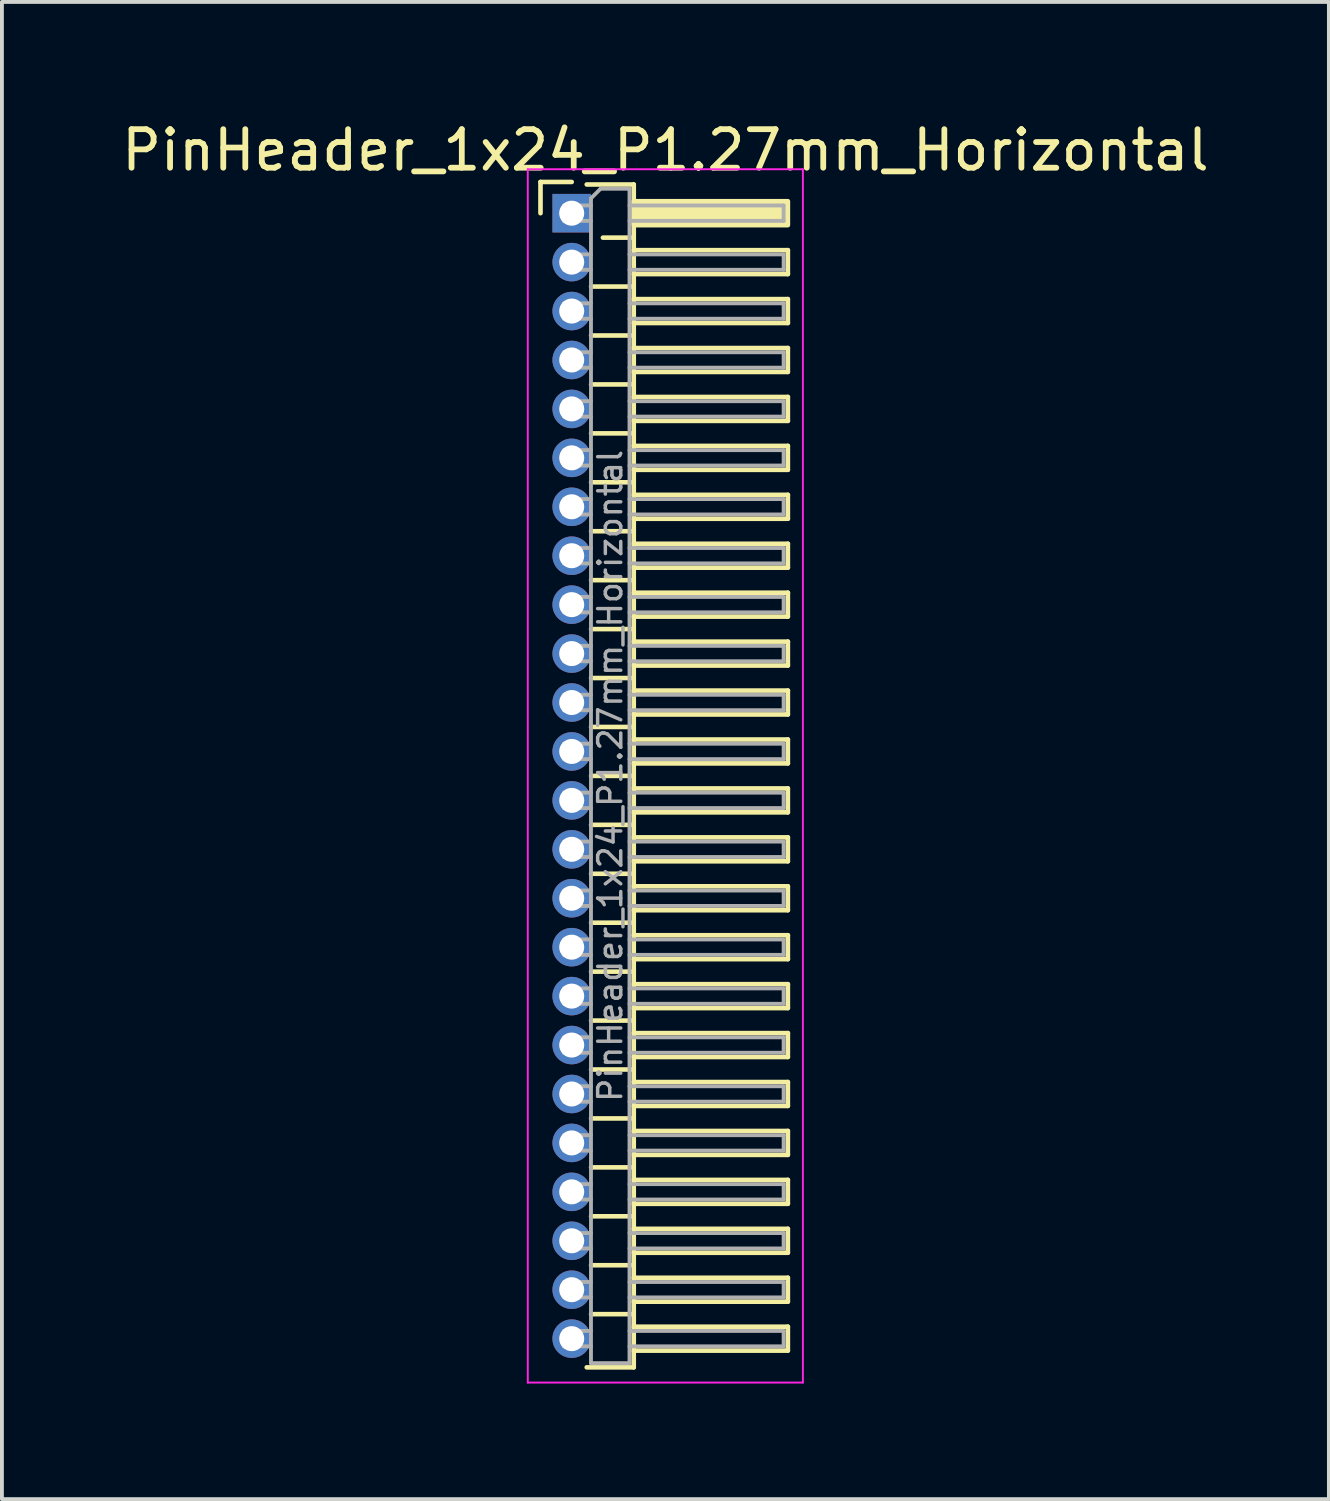
<source format=kicad_pcb>
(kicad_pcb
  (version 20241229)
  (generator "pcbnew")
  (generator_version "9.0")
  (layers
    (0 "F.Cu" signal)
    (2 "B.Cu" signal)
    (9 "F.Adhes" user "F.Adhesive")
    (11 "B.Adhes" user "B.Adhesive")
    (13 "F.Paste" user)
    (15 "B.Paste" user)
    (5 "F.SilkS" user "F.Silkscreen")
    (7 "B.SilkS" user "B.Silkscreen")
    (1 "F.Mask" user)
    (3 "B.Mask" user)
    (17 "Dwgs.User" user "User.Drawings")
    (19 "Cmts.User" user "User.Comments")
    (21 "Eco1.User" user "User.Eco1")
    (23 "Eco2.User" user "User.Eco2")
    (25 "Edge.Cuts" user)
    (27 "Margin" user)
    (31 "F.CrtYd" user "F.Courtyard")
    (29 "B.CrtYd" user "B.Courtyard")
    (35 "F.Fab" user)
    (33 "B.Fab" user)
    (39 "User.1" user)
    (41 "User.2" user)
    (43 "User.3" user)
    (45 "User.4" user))
  (footprint "PinHeader_1x24_P1.27mm_Horizontal"
    (layer "F.Cu")
    (at 11.788 2.483)
    (property "Reference" "PinHeader_1x24_P1.27mm_Horizontal" (at 2.433 -1.635 0) (layer "F.SilkS") (effects (font (size 1 1) (thickness 0.15))))
    (attr through_hole)
    (fp_line (start -0.81 -0.81) (end 0 -0.81) (stroke (width 0.12) (type solid)) (layer "F.SilkS"))
    (fp_line (start -0.81 0) (end -0.81 -0.81) (stroke (width 0.12) (type solid)) (layer "F.SilkS"))
    (fp_line (start 0.39 -0.745) (end 1.61 -0.745) (stroke (width 0.12) (type solid)) (layer "F.SilkS"))
    (fp_line (start 0.503 1.905) (end 1.61 1.905) (stroke (width 0.12) (type solid)) (layer "F.SilkS"))
    (fp_line (start 0.503 3.175) (end 1.61 3.175) (stroke (width 0.12) (type solid)) (layer "F.SilkS"))
    (fp_line (start 0.503 4.445) (end 1.61 4.445) (stroke (width 0.12) (type solid)) (layer "F.SilkS"))
    (fp_line (start 0.503 5.715) (end 1.61 5.715) (stroke (width 0.12) (type solid)) (layer "F.SilkS"))
    (fp_line (start 0.503 6.985) (end 1.61 6.985) (stroke (width 0.12) (type solid)) (layer "F.SilkS"))
    (fp_line (start 0.503 8.255) (end 1.61 8.255) (stroke (width 0.12) (type solid)) (layer "F.SilkS"))
    (fp_line (start 0.503 9.525) (end 1.61 9.525) (stroke (width 0.12) (type solid)) (layer "F.SilkS"))
    (fp_line (start 0.503 10.795) (end 1.61 10.795) (stroke (width 0.12) (type solid)) (layer "F.SilkS"))
    (fp_line (start 0.503 12.065) (end 1.61 12.065) (stroke (width 0.12) (type solid)) (layer "F.SilkS"))
    (fp_line (start 0.503 13.335) (end 1.61 13.335) (stroke (width 0.12) (type solid)) (layer "F.SilkS"))
    (fp_line (start 0.503 14.605) (end 1.61 14.605) (stroke (width 0.12) (type solid)) (layer "F.SilkS"))
    (fp_line (start 0.503 15.875) (end 1.61 15.875) (stroke (width 0.12) (type solid)) (layer "F.SilkS"))
    (fp_line (start 0.503 17.145) (end 1.61 17.145) (stroke (width 0.12) (type solid)) (layer "F.SilkS"))
    (fp_line (start 0.503 18.415) (end 1.61 18.415) (stroke (width 0.12) (type solid)) (layer "F.SilkS"))
    (fp_line (start 0.503 19.685) (end 1.61 19.685) (stroke (width 0.12) (type solid)) (layer "F.SilkS"))
    (fp_line (start 0.503 20.955) (end 1.61 20.955) (stroke (width 0.12) (type solid)) (layer "F.SilkS"))
    (fp_line (start 0.503 22.225) (end 1.61 22.225) (stroke (width 0.12) (type solid)) (layer "F.SilkS"))
    (fp_line (start 0.503 23.495) (end 1.61 23.495) (stroke (width 0.12) (type solid)) (layer "F.SilkS"))
    (fp_line (start 0.503 24.765) (end 1.61 24.765) (stroke (width 0.12) (type solid)) (layer "F.SilkS"))
    (fp_line (start 0.503 26.035) (end 1.61 26.035) (stroke (width 0.12) (type solid)) (layer "F.SilkS"))
    (fp_line (start 0.503 27.305) (end 1.61 27.305) (stroke (width 0.12) (type solid)) (layer "F.SilkS"))
    (fp_line (start 0.503 28.575) (end 1.61 28.575) (stroke (width 0.12) (type solid)) (layer "F.SilkS"))
    (fp_line (start 0.81 0.635) (end 1.61 0.635) (stroke (width 0.12) (type solid)) (layer "F.SilkS"))
    (fp_line (start 1.61 -0.745) (end 1.61 29.955) (stroke (width 0.12) (type solid)) (layer "F.SilkS"))
    (fp_line (start 1.61 0.96) (end 5.61 0.96) (stroke (width 0.12) (type solid)) (layer "F.SilkS"))
    (fp_line (start 1.61 2.23) (end 5.61 2.23) (stroke (width 0.12) (type solid)) (layer "F.SilkS"))
    (fp_line (start 1.61 3.5) (end 5.61 3.5) (stroke (width 0.12) (type solid)) (layer "F.SilkS"))
    (fp_line (start 1.61 4.77) (end 5.61 4.77) (stroke (width 0.12) (type solid)) (layer "F.SilkS"))
    (fp_line (start 1.61 6.04) (end 5.61 6.04) (stroke (width 0.12) (type solid)) (layer "F.SilkS"))
    (fp_line (start 1.61 7.31) (end 5.61 7.31) (stroke (width 0.12) (type solid)) (layer "F.SilkS"))
    (fp_line (start 1.61 8.58) (end 5.61 8.58) (stroke (width 0.12) (type solid)) (layer "F.SilkS"))
    (fp_line (start 1.61 9.85) (end 5.61 9.85) (stroke (width 0.12) (type solid)) (layer "F.SilkS"))
    (fp_line (start 1.61 11.12) (end 5.61 11.12) (stroke (width 0.12) (type solid)) (layer "F.SilkS"))
    (fp_line (start 1.61 12.39) (end 5.61 12.39) (stroke (width 0.12) (type solid)) (layer "F.SilkS"))
    (fp_line (start 1.61 13.66) (end 5.61 13.66) (stroke (width 0.12) (type solid)) (layer "F.SilkS"))
    (fp_line (start 1.61 14.93) (end 5.61 14.93) (stroke (width 0.12) (type solid)) (layer "F.SilkS"))
    (fp_line (start 1.61 16.2) (end 5.61 16.2) (stroke (width 0.12) (type solid)) (layer "F.SilkS"))
    (fp_line (start 1.61 17.47) (end 5.61 17.47) (stroke (width 0.12) (type solid)) (layer "F.SilkS"))
    (fp_line (start 1.61 18.74) (end 5.61 18.74) (stroke (width 0.12) (type solid)) (layer "F.SilkS"))
    (fp_line (start 1.61 20.01) (end 5.61 20.01) (stroke (width 0.12) (type solid)) (layer "F.SilkS"))
    (fp_line (start 1.61 21.28) (end 5.61 21.28) (stroke (width 0.12) (type solid)) (layer "F.SilkS"))
    (fp_line (start 1.61 22.55) (end 5.61 22.55) (stroke (width 0.12) (type solid)) (layer "F.SilkS"))
    (fp_line (start 1.61 23.82) (end 5.61 23.82) (stroke (width 0.12) (type solid)) (layer "F.SilkS"))
    (fp_line (start 1.61 25.09) (end 5.61 25.09) (stroke (width 0.12) (type solid)) (layer "F.SilkS"))
    (fp_line (start 1.61 26.36) (end 5.61 26.36) (stroke (width 0.12) (type solid)) (layer "F.SilkS"))
    (fp_line (start 1.61 27.63) (end 5.61 27.63) (stroke (width 0.12) (type solid)) (layer "F.SilkS"))
    (fp_line (start 1.61 28.9) (end 5.61 28.9) (stroke (width 0.12) (type solid)) (layer "F.SilkS"))
    (fp_line (start 1.61 29.955) (end 0.39 29.955) (stroke (width 0.12) (type solid)) (layer "F.SilkS"))
    (fp_line (start 5.61 0.96) (end 5.61 1.58) (stroke (width 0.12) (type solid)) (layer "F.SilkS"))
    (fp_line (start 5.61 1.58) (end 1.61 1.58) (stroke (width 0.12) (type solid)) (layer "F.SilkS"))
    (fp_line (start 5.61 2.23) (end 5.61 2.85) (stroke (width 0.12) (type solid)) (layer "F.SilkS"))
    (fp_line (start 5.61 2.85) (end 1.61 2.85) (stroke (width 0.12) (type solid)) (layer "F.SilkS"))
    (fp_line (start 5.61 3.5) (end 5.61 4.12) (stroke (width 0.12) (type solid)) (layer "F.SilkS"))
    (fp_line (start 5.61 4.12) (end 1.61 4.12) (stroke (width 0.12) (type solid)) (layer "F.SilkS"))
    (fp_line (start 5.61 4.77) (end 5.61 5.39) (stroke (width 0.12) (type solid)) (layer "F.SilkS"))
    (fp_line (start 5.61 5.39) (end 1.61 5.39) (stroke (width 0.12) (type solid)) (layer "F.SilkS"))
    (fp_line (start 5.61 6.04) (end 5.61 6.66) (stroke (width 0.12) (type solid)) (layer "F.SilkS"))
    (fp_line (start 5.61 6.66) (end 1.61 6.66) (stroke (width 0.12) (type solid)) (layer "F.SilkS"))
    (fp_line (start 5.61 7.31) (end 5.61 7.93) (stroke (width 0.12) (type solid)) (layer "F.SilkS"))
    (fp_line (start 5.61 7.93) (end 1.61 7.93) (stroke (width 0.12) (type solid)) (layer "F.SilkS"))
    (fp_line (start 5.61 8.58) (end 5.61 9.2) (stroke (width 0.12) (type solid)) (layer "F.SilkS"))
    (fp_line (start 5.61 9.2) (end 1.61 9.2) (stroke (width 0.12) (type solid)) (layer "F.SilkS"))
    (fp_line (start 5.61 9.85) (end 5.61 10.47) (stroke (width 0.12) (type solid)) (layer "F.SilkS"))
    (fp_line (start 5.61 10.47) (end 1.61 10.47) (stroke (width 0.12) (type solid)) (layer "F.SilkS"))
    (fp_line (start 5.61 11.12) (end 5.61 11.74) (stroke (width 0.12) (type solid)) (layer "F.SilkS"))
    (fp_line (start 5.61 11.74) (end 1.61 11.74) (stroke (width 0.12) (type solid)) (layer "F.SilkS"))
    (fp_line (start 5.61 12.39) (end 5.61 13.01) (stroke (width 0.12) (type solid)) (layer "F.SilkS"))
    (fp_line (start 5.61 13.01) (end 1.61 13.01) (stroke (width 0.12) (type solid)) (layer "F.SilkS"))
    (fp_line (start 5.61 13.66) (end 5.61 14.28) (stroke (width 0.12) (type solid)) (layer "F.SilkS"))
    (fp_line (start 5.61 14.28) (end 1.61 14.28) (stroke (width 0.12) (type solid)) (layer "F.SilkS"))
    (fp_line (start 5.61 14.93) (end 5.61 15.55) (stroke (width 0.12) (type solid)) (layer "F.SilkS"))
    (fp_line (start 5.61 15.55) (end 1.61 15.55) (stroke (width 0.12) (type solid)) (layer "F.SilkS"))
    (fp_line (start 5.61 16.2) (end 5.61 16.82) (stroke (width 0.12) (type solid)) (layer "F.SilkS"))
    (fp_line (start 5.61 16.82) (end 1.61 16.82) (stroke (width 0.12) (type solid)) (layer "F.SilkS"))
    (fp_line (start 5.61 17.47) (end 5.61 18.09) (stroke (width 0.12) (type solid)) (layer "F.SilkS"))
    (fp_line (start 5.61 18.09) (end 1.61 18.09) (stroke (width 0.12) (type solid)) (layer "F.SilkS"))
    (fp_line (start 5.61 18.74) (end 5.61 19.36) (stroke (width 0.12) (type solid)) (layer "F.SilkS"))
    (fp_line (start 5.61 19.36) (end 1.61 19.36) (stroke (width 0.12) (type solid)) (layer "F.SilkS"))
    (fp_line (start 5.61 20.01) (end 5.61 20.63) (stroke (width 0.12) (type solid)) (layer "F.SilkS"))
    (fp_line (start 5.61 20.63) (end 1.61 20.63) (stroke (width 0.12) (type solid)) (layer "F.SilkS"))
    (fp_line (start 5.61 21.28) (end 5.61 21.9) (stroke (width 0.12) (type solid)) (layer "F.SilkS"))
    (fp_line (start 5.61 21.9) (end 1.61 21.9) (stroke (width 0.12) (type solid)) (layer "F.SilkS"))
    (fp_line (start 5.61 22.55) (end 5.61 23.17) (stroke (width 0.12) (type solid)) (layer "F.SilkS"))
    (fp_line (start 5.61 23.17) (end 1.61 23.17) (stroke (width 0.12) (type solid)) (layer "F.SilkS"))
    (fp_line (start 5.61 23.82) (end 5.61 24.44) (stroke (width 0.12) (type solid)) (layer "F.SilkS"))
    (fp_line (start 5.61 24.44) (end 1.61 24.44) (stroke (width 0.12) (type solid)) (layer "F.SilkS"))
    (fp_line (start 5.61 25.09) (end 5.61 25.71) (stroke (width 0.12) (type solid)) (layer "F.SilkS"))
    (fp_line (start 5.61 25.71) (end 1.61 25.71) (stroke (width 0.12) (type solid)) (layer "F.SilkS"))
    (fp_line (start 5.61 26.36) (end 5.61 26.98) (stroke (width 0.12) (type solid)) (layer "F.SilkS"))
    (fp_line (start 5.61 26.98) (end 1.61 26.98) (stroke (width 0.12) (type solid)) (layer "F.SilkS"))
    (fp_line (start 5.61 27.63) (end 5.61 28.25) (stroke (width 0.12) (type solid)) (layer "F.SilkS"))
    (fp_line (start 5.61 28.25) (end 1.61 28.25) (stroke (width 0.12) (type solid)) (layer "F.SilkS"))
    (fp_line (start 5.61 28.9) (end 5.61 29.52) (stroke (width 0.12) (type solid)) (layer "F.SilkS"))
    (fp_line (start 5.61 29.52) (end 1.61 29.52) (stroke (width 0.12) (type solid)) (layer "F.SilkS"))
    (fp_rect (start 1.61 -0.31) (end 5.61 0.31) (stroke (width 0.12) (type solid)) (fill yes) (layer "F.SilkS"))
    (fp_line (start -1.14 -1.14) (end -1.14 30.35) (stroke (width 0.05) (type solid)) (layer "F.CrtYd"))
    (fp_line (start -1.14 30.35) (end 6 30.35) (stroke (width 0.05) (type solid)) (layer "F.CrtYd"))
    (fp_line (start 6 -1.14) (end -1.14 -1.14) (stroke (width 0.05) (type solid)) (layer "F.CrtYd"))
    (fp_line (start 6 30.35) (end 6 -1.14) (stroke (width 0.05) (type solid)) (layer "F.CrtYd"))
    (fp_line (start -0.2 -0.2) (end -0.2 0.2) (stroke (width 0.1) (type solid)) (layer "F.Fab"))
    (fp_line (start -0.2 -0.2) (end 0.5 -0.2) (stroke (width 0.1) (type solid)) (layer "F.Fab"))
    (fp_line (start -0.2 0.2) (end 0.5 0.2) (stroke (width 0.1) (type solid)) (layer "F.Fab"))
    (fp_line (start -0.2 1.07) (end -0.2 1.47) (stroke (width 0.1) (type solid)) (layer "F.Fab"))
    (fp_line (start -0.2 1.07) (end 0.5 1.07) (stroke (width 0.1) (type solid)) (layer "F.Fab"))
    (fp_line (start -0.2 1.47) (end 0.5 1.47) (stroke (width 0.1) (type solid)) (layer "F.Fab"))
    (fp_line (start -0.2 2.34) (end -0.2 2.74) (stroke (width 0.1) (type solid)) (layer "F.Fab"))
    (fp_line (start -0.2 2.34) (end 0.5 2.34) (stroke (width 0.1) (type solid)) (layer "F.Fab"))
    (fp_line (start -0.2 2.74) (end 0.5 2.74) (stroke (width 0.1) (type solid)) (layer "F.Fab"))
    (fp_line (start -0.2 3.61) (end -0.2 4.01) (stroke (width 0.1) (type solid)) (layer "F.Fab"))
    (fp_line (start -0.2 3.61) (end 0.5 3.61) (stroke (width 0.1) (type solid)) (layer "F.Fab"))
    (fp_line (start -0.2 4.01) (end 0.5 4.01) (stroke (width 0.1) (type solid)) (layer "F.Fab"))
    (fp_line (start -0.2 4.88) (end -0.2 5.28) (stroke (width 0.1) (type solid)) (layer "F.Fab"))
    (fp_line (start -0.2 4.88) (end 0.5 4.88) (stroke (width 0.1) (type solid)) (layer "F.Fab"))
    (fp_line (start -0.2 5.28) (end 0.5 5.28) (stroke (width 0.1) (type solid)) (layer "F.Fab"))
    (fp_line (start -0.2 6.15) (end -0.2 6.55) (stroke (width 0.1) (type solid)) (layer "F.Fab"))
    (fp_line (start -0.2 6.15) (end 0.5 6.15) (stroke (width 0.1) (type solid)) (layer "F.Fab"))
    (fp_line (start -0.2 6.55) (end 0.5 6.55) (stroke (width 0.1) (type solid)) (layer "F.Fab"))
    (fp_line (start -0.2 7.42) (end -0.2 7.82) (stroke (width 0.1) (type solid)) (layer "F.Fab"))
    (fp_line (start -0.2 7.42) (end 0.5 7.42) (stroke (width 0.1) (type solid)) (layer "F.Fab"))
    (fp_line (start -0.2 7.82) (end 0.5 7.82) (stroke (width 0.1) (type solid)) (layer "F.Fab"))
    (fp_line (start -0.2 8.69) (end -0.2 9.09) (stroke (width 0.1) (type solid)) (layer "F.Fab"))
    (fp_line (start -0.2 8.69) (end 0.5 8.69) (stroke (width 0.1) (type solid)) (layer "F.Fab"))
    (fp_line (start -0.2 9.09) (end 0.5 9.09) (stroke (width 0.1) (type solid)) (layer "F.Fab"))
    (fp_line (start -0.2 9.96) (end -0.2 10.36) (stroke (width 0.1) (type solid)) (layer "F.Fab"))
    (fp_line (start -0.2 9.96) (end 0.5 9.96) (stroke (width 0.1) (type solid)) (layer "F.Fab"))
    (fp_line (start -0.2 10.36) (end 0.5 10.36) (stroke (width 0.1) (type solid)) (layer "F.Fab"))
    (fp_line (start -0.2 11.23) (end -0.2 11.63) (stroke (width 0.1) (type solid)) (layer "F.Fab"))
    (fp_line (start -0.2 11.23) (end 0.5 11.23) (stroke (width 0.1) (type solid)) (layer "F.Fab"))
    (fp_line (start -0.2 11.63) (end 0.5 11.63) (stroke (width 0.1) (type solid)) (layer "F.Fab"))
    (fp_line (start -0.2 12.5) (end -0.2 12.9) (stroke (width 0.1) (type solid)) (layer "F.Fab"))
    (fp_line (start -0.2 12.5) (end 0.5 12.5) (stroke (width 0.1) (type solid)) (layer "F.Fab"))
    (fp_line (start -0.2 12.9) (end 0.5 12.9) (stroke (width 0.1) (type solid)) (layer "F.Fab"))
    (fp_line (start -0.2 13.77) (end -0.2 14.17) (stroke (width 0.1) (type solid)) (layer "F.Fab"))
    (fp_line (start -0.2 13.77) (end 0.5 13.77) (stroke (width 0.1) (type solid)) (layer "F.Fab"))
    (fp_line (start -0.2 14.17) (end 0.5 14.17) (stroke (width 0.1) (type solid)) (layer "F.Fab"))
    (fp_line (start -0.2 15.04) (end -0.2 15.44) (stroke (width 0.1) (type solid)) (layer "F.Fab"))
    (fp_line (start -0.2 15.04) (end 0.5 15.04) (stroke (width 0.1) (type solid)) (layer "F.Fab"))
    (fp_line (start -0.2 15.44) (end 0.5 15.44) (stroke (width 0.1) (type solid)) (layer "F.Fab"))
    (fp_line (start -0.2 16.31) (end -0.2 16.71) (stroke (width 0.1) (type solid)) (layer "F.Fab"))
    (fp_line (start -0.2 16.31) (end 0.5 16.31) (stroke (width 0.1) (type solid)) (layer "F.Fab"))
    (fp_line (start -0.2 16.71) (end 0.5 16.71) (stroke (width 0.1) (type solid)) (layer "F.Fab"))
    (fp_line (start -0.2 17.58) (end -0.2 17.98) (stroke (width 0.1) (type solid)) (layer "F.Fab"))
    (fp_line (start -0.2 17.58) (end 0.5 17.58) (stroke (width 0.1) (type solid)) (layer "F.Fab"))
    (fp_line (start -0.2 17.98) (end 0.5 17.98) (stroke (width 0.1) (type solid)) (layer "F.Fab"))
    (fp_line (start -0.2 18.85) (end -0.2 19.25) (stroke (width 0.1) (type solid)) (layer "F.Fab"))
    (fp_line (start -0.2 18.85) (end 0.5 18.85) (stroke (width 0.1) (type solid)) (layer "F.Fab"))
    (fp_line (start -0.2 19.25) (end 0.5 19.25) (stroke (width 0.1) (type solid)) (layer "F.Fab"))
    (fp_line (start -0.2 20.12) (end -0.2 20.52) (stroke (width 0.1) (type solid)) (layer "F.Fab"))
    (fp_line (start -0.2 20.12) (end 0.5 20.12) (stroke (width 0.1) (type solid)) (layer "F.Fab"))
    (fp_line (start -0.2 20.52) (end 0.5 20.52) (stroke (width 0.1) (type solid)) (layer "F.Fab"))
    (fp_line (start -0.2 21.39) (end -0.2 21.79) (stroke (width 0.1) (type solid)) (layer "F.Fab"))
    (fp_line (start -0.2 21.39) (end 0.5 21.39) (stroke (width 0.1) (type solid)) (layer "F.Fab"))
    (fp_line (start -0.2 21.79) (end 0.5 21.79) (stroke (width 0.1) (type solid)) (layer "F.Fab"))
    (fp_line (start -0.2 22.66) (end -0.2 23.06) (stroke (width 0.1) (type solid)) (layer "F.Fab"))
    (fp_line (start -0.2 22.66) (end 0.5 22.66) (stroke (width 0.1) (type solid)) (layer "F.Fab"))
    (fp_line (start -0.2 23.06) (end 0.5 23.06) (stroke (width 0.1) (type solid)) (layer "F.Fab"))
    (fp_line (start -0.2 23.93) (end -0.2 24.33) (stroke (width 0.1) (type solid)) (layer "F.Fab"))
    (fp_line (start -0.2 23.93) (end 0.5 23.93) (stroke (width 0.1) (type solid)) (layer "F.Fab"))
    (fp_line (start -0.2 24.33) (end 0.5 24.33) (stroke (width 0.1) (type solid)) (layer "F.Fab"))
    (fp_line (start -0.2 25.2) (end -0.2 25.6) (stroke (width 0.1) (type solid)) (layer "F.Fab"))
    (fp_line (start -0.2 25.2) (end 0.5 25.2) (stroke (width 0.1) (type solid)) (layer "F.Fab"))
    (fp_line (start -0.2 25.6) (end 0.5 25.6) (stroke (width 0.1) (type solid)) (layer "F.Fab"))
    (fp_line (start -0.2 26.47) (end -0.2 26.87) (stroke (width 0.1) (type solid)) (layer "F.Fab"))
    (fp_line (start -0.2 26.47) (end 0.5 26.47) (stroke (width 0.1) (type solid)) (layer "F.Fab"))
    (fp_line (start -0.2 26.87) (end 0.5 26.87) (stroke (width 0.1) (type solid)) (layer "F.Fab"))
    (fp_line (start -0.2 27.74) (end -0.2 28.14) (stroke (width 0.1) (type solid)) (layer "F.Fab"))
    (fp_line (start -0.2 27.74) (end 0.5 27.74) (stroke (width 0.1) (type solid)) (layer "F.Fab"))
    (fp_line (start -0.2 28.14) (end 0.5 28.14) (stroke (width 0.1) (type solid)) (layer "F.Fab"))
    (fp_line (start -0.2 29.01) (end -0.2 29.41) (stroke (width 0.1) (type solid)) (layer "F.Fab"))
    (fp_line (start -0.2 29.01) (end 0.5 29.01) (stroke (width 0.1) (type solid)) (layer "F.Fab"))
    (fp_line (start -0.2 29.41) (end 0.5 29.41) (stroke (width 0.1) (type solid)) (layer "F.Fab"))
    (fp_line (start 0.5 -0.385) (end 0.75 -0.635) (stroke (width 0.1) (type solid)) (layer "F.Fab"))
    (fp_line (start 0.5 29.845) (end 0.5 -0.385) (stroke (width 0.1) (type solid)) (layer "F.Fab"))
    (fp_line (start 0.75 -0.635) (end 1.5 -0.635) (stroke (width 0.1) (type solid)) (layer "F.Fab"))
    (fp_line (start 1.5 -0.635) (end 1.5 29.845) (stroke (width 0.1) (type solid)) (layer "F.Fab"))
    (fp_line (start 1.5 -0.2) (end 5.5 -0.2) (stroke (width 0.1) (type solid)) (layer "F.Fab"))
    (fp_line (start 1.5 0.2) (end 5.5 0.2) (stroke (width 0.1) (type solid)) (layer "F.Fab"))
    (fp_line (start 1.5 1.07) (end 5.5 1.07) (stroke (width 0.1) (type solid)) (layer "F.Fab"))
    (fp_line (start 1.5 1.47) (end 5.5 1.47) (stroke (width 0.1) (type solid)) (layer "F.Fab"))
    (fp_line (start 1.5 2.34) (end 5.5 2.34) (stroke (width 0.1) (type solid)) (layer "F.Fab"))
    (fp_line (start 1.5 2.74) (end 5.5 2.74) (stroke (width 0.1) (type solid)) (layer "F.Fab"))
    (fp_line (start 1.5 3.61) (end 5.5 3.61) (stroke (width 0.1) (type solid)) (layer "F.Fab"))
    (fp_line (start 1.5 4.01) (end 5.5 4.01) (stroke (width 0.1) (type solid)) (layer "F.Fab"))
    (fp_line (start 1.5 4.88) (end 5.5 4.88) (stroke (width 0.1) (type solid)) (layer "F.Fab"))
    (fp_line (start 1.5 5.28) (end 5.5 5.28) (stroke (width 0.1) (type solid)) (layer "F.Fab"))
    (fp_line (start 1.5 6.15) (end 5.5 6.15) (stroke (width 0.1) (type solid)) (layer "F.Fab"))
    (fp_line (start 1.5 6.55) (end 5.5 6.55) (stroke (width 0.1) (type solid)) (layer "F.Fab"))
    (fp_line (start 1.5 7.42) (end 5.5 7.42) (stroke (width 0.1) (type solid)) (layer "F.Fab"))
    (fp_line (start 1.5 7.82) (end 5.5 7.82) (stroke (width 0.1) (type solid)) (layer "F.Fab"))
    (fp_line (start 1.5 8.69) (end 5.5 8.69) (stroke (width 0.1) (type solid)) (layer "F.Fab"))
    (fp_line (start 1.5 9.09) (end 5.5 9.09) (stroke (width 0.1) (type solid)) (layer "F.Fab"))
    (fp_line (start 1.5 9.96) (end 5.5 9.96) (stroke (width 0.1) (type solid)) (layer "F.Fab"))
    (fp_line (start 1.5 10.36) (end 5.5 10.36) (stroke (width 0.1) (type solid)) (layer "F.Fab"))
    (fp_line (start 1.5 11.23) (end 5.5 11.23) (stroke (width 0.1) (type solid)) (layer "F.Fab"))
    (fp_line (start 1.5 11.63) (end 5.5 11.63) (stroke (width 0.1) (type solid)) (layer "F.Fab"))
    (fp_line (start 1.5 12.5) (end 5.5 12.5) (stroke (width 0.1) (type solid)) (layer "F.Fab"))
    (fp_line (start 1.5 12.9) (end 5.5 12.9) (stroke (width 0.1) (type solid)) (layer "F.Fab"))
    (fp_line (start 1.5 13.77) (end 5.5 13.77) (stroke (width 0.1) (type solid)) (layer "F.Fab"))
    (fp_line (start 1.5 14.17) (end 5.5 14.17) (stroke (width 0.1) (type solid)) (layer "F.Fab"))
    (fp_line (start 1.5 15.04) (end 5.5 15.04) (stroke (width 0.1) (type solid)) (layer "F.Fab"))
    (fp_line (start 1.5 15.44) (end 5.5 15.44) (stroke (width 0.1) (type solid)) (layer "F.Fab"))
    (fp_line (start 1.5 16.31) (end 5.5 16.31) (stroke (width 0.1) (type solid)) (layer "F.Fab"))
    (fp_line (start 1.5 16.71) (end 5.5 16.71) (stroke (width 0.1) (type solid)) (layer "F.Fab"))
    (fp_line (start 1.5 17.58) (end 5.5 17.58) (stroke (width 0.1) (type solid)) (layer "F.Fab"))
    (fp_line (start 1.5 17.98) (end 5.5 17.98) (stroke (width 0.1) (type solid)) (layer "F.Fab"))
    (fp_line (start 1.5 18.85) (end 5.5 18.85) (stroke (width 0.1) (type solid)) (layer "F.Fab"))
    (fp_line (start 1.5 19.25) (end 5.5 19.25) (stroke (width 0.1) (type solid)) (layer "F.Fab"))
    (fp_line (start 1.5 20.12) (end 5.5 20.12) (stroke (width 0.1) (type solid)) (layer "F.Fab"))
    (fp_line (start 1.5 20.52) (end 5.5 20.52) (stroke (width 0.1) (type solid)) (layer "F.Fab"))
    (fp_line (start 1.5 21.39) (end 5.5 21.39) (stroke (width 0.1) (type solid)) (layer "F.Fab"))
    (fp_line (start 1.5 21.79) (end 5.5 21.79) (stroke (width 0.1) (type solid)) (layer "F.Fab"))
    (fp_line (start 1.5 22.66) (end 5.5 22.66) (stroke (width 0.1) (type solid)) (layer "F.Fab"))
    (fp_line (start 1.5 23.06) (end 5.5 23.06) (stroke (width 0.1) (type solid)) (layer "F.Fab"))
    (fp_line (start 1.5 23.93) (end 5.5 23.93) (stroke (width 0.1) (type solid)) (layer "F.Fab"))
    (fp_line (start 1.5 24.33) (end 5.5 24.33) (stroke (width 0.1) (type solid)) (layer "F.Fab"))
    (fp_line (start 1.5 25.2) (end 5.5 25.2) (stroke (width 0.1) (type solid)) (layer "F.Fab"))
    (fp_line (start 1.5 25.6) (end 5.5 25.6) (stroke (width 0.1) (type solid)) (layer "F.Fab"))
    (fp_line (start 1.5 26.47) (end 5.5 26.47) (stroke (width 0.1) (type solid)) (layer "F.Fab"))
    (fp_line (start 1.5 26.87) (end 5.5 26.87) (stroke (width 0.1) (type solid)) (layer "F.Fab"))
    (fp_line (start 1.5 27.74) (end 5.5 27.74) (stroke (width 0.1) (type solid)) (layer "F.Fab"))
    (fp_line (start 1.5 28.14) (end 5.5 28.14) (stroke (width 0.1) (type solid)) (layer "F.Fab"))
    (fp_line (start 1.5 29.01) (end 5.5 29.01) (stroke (width 0.1) (type solid)) (layer "F.Fab"))
    (fp_line (start 1.5 29.41) (end 5.5 29.41) (stroke (width 0.1) (type solid)) (layer "F.Fab"))
    (fp_line (start 1.5 29.845) (end 0.5 29.845) (stroke (width 0.1) (type solid)) (layer "F.Fab"))
    (fp_line (start 5.5 -0.2) (end 5.5 0.2) (stroke (width 0.1) (type solid)) (layer "F.Fab"))
    (fp_line (start 5.5 1.07) (end 5.5 1.47) (stroke (width 0.1) (type solid)) (layer "F.Fab"))
    (fp_line (start 5.5 2.34) (end 5.5 2.74) (stroke (width 0.1) (type solid)) (layer "F.Fab"))
    (fp_line (start 5.5 3.61) (end 5.5 4.01) (stroke (width 0.1) (type solid)) (layer "F.Fab"))
    (fp_line (start 5.5 4.88) (end 5.5 5.28) (stroke (width 0.1) (type solid)) (layer "F.Fab"))
    (fp_line (start 5.5 6.15) (end 5.5 6.55) (stroke (width 0.1) (type solid)) (layer "F.Fab"))
    (fp_line (start 5.5 7.42) (end 5.5 7.82) (stroke (width 0.1) (type solid)) (layer "F.Fab"))
    (fp_line (start 5.5 8.69) (end 5.5 9.09) (stroke (width 0.1) (type solid)) (layer "F.Fab"))
    (fp_line (start 5.5 9.96) (end 5.5 10.36) (stroke (width 0.1) (type solid)) (layer "F.Fab"))
    (fp_line (start 5.5 11.23) (end 5.5 11.63) (stroke (width 0.1) (type solid)) (layer "F.Fab"))
    (fp_line (start 5.5 12.5) (end 5.5 12.9) (stroke (width 0.1) (type solid)) (layer "F.Fab"))
    (fp_line (start 5.5 13.77) (end 5.5 14.17) (stroke (width 0.1) (type solid)) (layer "F.Fab"))
    (fp_line (start 5.5 15.04) (end 5.5 15.44) (stroke (width 0.1) (type solid)) (layer "F.Fab"))
    (fp_line (start 5.5 16.31) (end 5.5 16.71) (stroke (width 0.1) (type solid)) (layer "F.Fab"))
    (fp_line (start 5.5 17.58) (end 5.5 17.98) (stroke (width 0.1) (type solid)) (layer "F.Fab"))
    (fp_line (start 5.5 18.85) (end 5.5 19.25) (stroke (width 0.1) (type solid)) (layer "F.Fab"))
    (fp_line (start 5.5 20.12) (end 5.5 20.52) (stroke (width 0.1) (type solid)) (layer "F.Fab"))
    (fp_line (start 5.5 21.39) (end 5.5 21.79) (stroke (width 0.1) (type solid)) (layer "F.Fab"))
    (fp_line (start 5.5 22.66) (end 5.5 23.06) (stroke (width 0.1) (type solid)) (layer "F.Fab"))
    (fp_line (start 5.5 23.93) (end 5.5 24.33) (stroke (width 0.1) (type solid)) (layer "F.Fab"))
    (fp_line (start 5.5 25.2) (end 5.5 25.6) (stroke (width 0.1) (type solid)) (layer "F.Fab"))
    (fp_line (start 5.5 26.47) (end 5.5 26.87) (stroke (width 0.1) (type solid)) (layer "F.Fab"))
    (fp_line (start 5.5 27.74) (end 5.5 28.14) (stroke (width 0.1) (type solid)) (layer "F.Fab"))
    (fp_line (start 5.5 29.01) (end 5.5 29.41) (stroke (width 0.1) (type solid)) (layer "F.Fab"))
    (fp_text user "${REFERENCE}" (at 1 14.605 90) (layer "F.Fab") (effects (font (size 0.6 0.6) (thickness 0.09))))
    (pad "1" thru_hole rect (at 0 0) (size 1 1) (drill 0.65) (layers "*.Cu" "*.Mask"))
    (pad "2" thru_hole circle (at 0 1.27) (size 1 1) (drill 0.65) (layers "*.Cu" "*.Mask"))
    (pad "3" thru_hole circle (at 0 2.54) (size 1 1) (drill 0.65) (layers "*.Cu" "*.Mask"))
    (pad "4" thru_hole circle (at 0 3.81) (size 1 1) (drill 0.65) (layers "*.Cu" "*.Mask"))
    (pad "5" thru_hole circle (at 0 5.08) (size 1 1) (drill 0.65) (layers "*.Cu" "*.Mask"))
    (pad "6" thru_hole circle (at 0 6.35) (size 1 1) (drill 0.65) (layers "*.Cu" "*.Mask"))
    (pad "7" thru_hole circle (at 0 7.62) (size 1 1) (drill 0.65) (layers "*.Cu" "*.Mask"))
    (pad "8" thru_hole circle (at 0 8.89) (size 1 1) (drill 0.65) (layers "*.Cu" "*.Mask"))
    (pad "9" thru_hole circle (at 0 10.16) (size 1 1) (drill 0.65) (layers "*.Cu" "*.Mask"))
    (pad "10" thru_hole circle (at 0 11.43) (size 1 1) (drill 0.65) (layers "*.Cu" "*.Mask"))
    (pad "11" thru_hole circle (at 0 12.7) (size 1 1) (drill 0.65) (layers "*.Cu" "*.Mask"))
    (pad "12" thru_hole circle (at 0 13.97) (size 1 1) (drill 0.65) (layers "*.Cu" "*.Mask"))
    (pad "13" thru_hole circle (at 0 15.24) (size 1 1) (drill 0.65) (layers "*.Cu" "*.Mask"))
    (pad "14" thru_hole circle (at 0 16.51) (size 1 1) (drill 0.65) (layers "*.Cu" "*.Mask"))
    (pad "15" thru_hole circle (at 0 17.78) (size 1 1) (drill 0.65) (layers "*.Cu" "*.Mask"))
    (pad "16" thru_hole circle (at 0 19.05) (size 1 1) (drill 0.65) (layers "*.Cu" "*.Mask"))
    (pad "17" thru_hole circle (at 0 20.32) (size 1 1) (drill 0.65) (layers "*.Cu" "*.Mask"))
    (pad "18" thru_hole circle (at 0 21.59) (size 1 1) (drill 0.65) (layers "*.Cu" "*.Mask"))
    (pad "19" thru_hole circle (at 0 22.86) (size 1 1) (drill 0.65) (layers "*.Cu" "*.Mask"))
    (pad "20" thru_hole circle (at 0 24.13) (size 1 1) (drill 0.65) (layers "*.Cu" "*.Mask"))
    (pad "21" thru_hole circle (at 0 25.4) (size 1 1) (drill 0.65) (layers "*.Cu" "*.Mask"))
    (pad "22" thru_hole circle (at 0 26.67) (size 1 1) (drill 0.65) (layers "*.Cu" "*.Mask"))
    (pad "23" thru_hole circle (at 0 27.94) (size 1 1) (drill 0.65) (layers "*.Cu" "*.Mask"))
    (pad "24" thru_hole circle (at 0 29.21) (size 1 1) (drill 0.65) (layers "*.Cu" "*.Mask")))
  (gr_rect
    (start -3 -3)
    (end 31.44 35.858)
    (stroke (width 0.1) (type default))
    (fill no)
    (layer "Edge.Cuts")))
</source>
